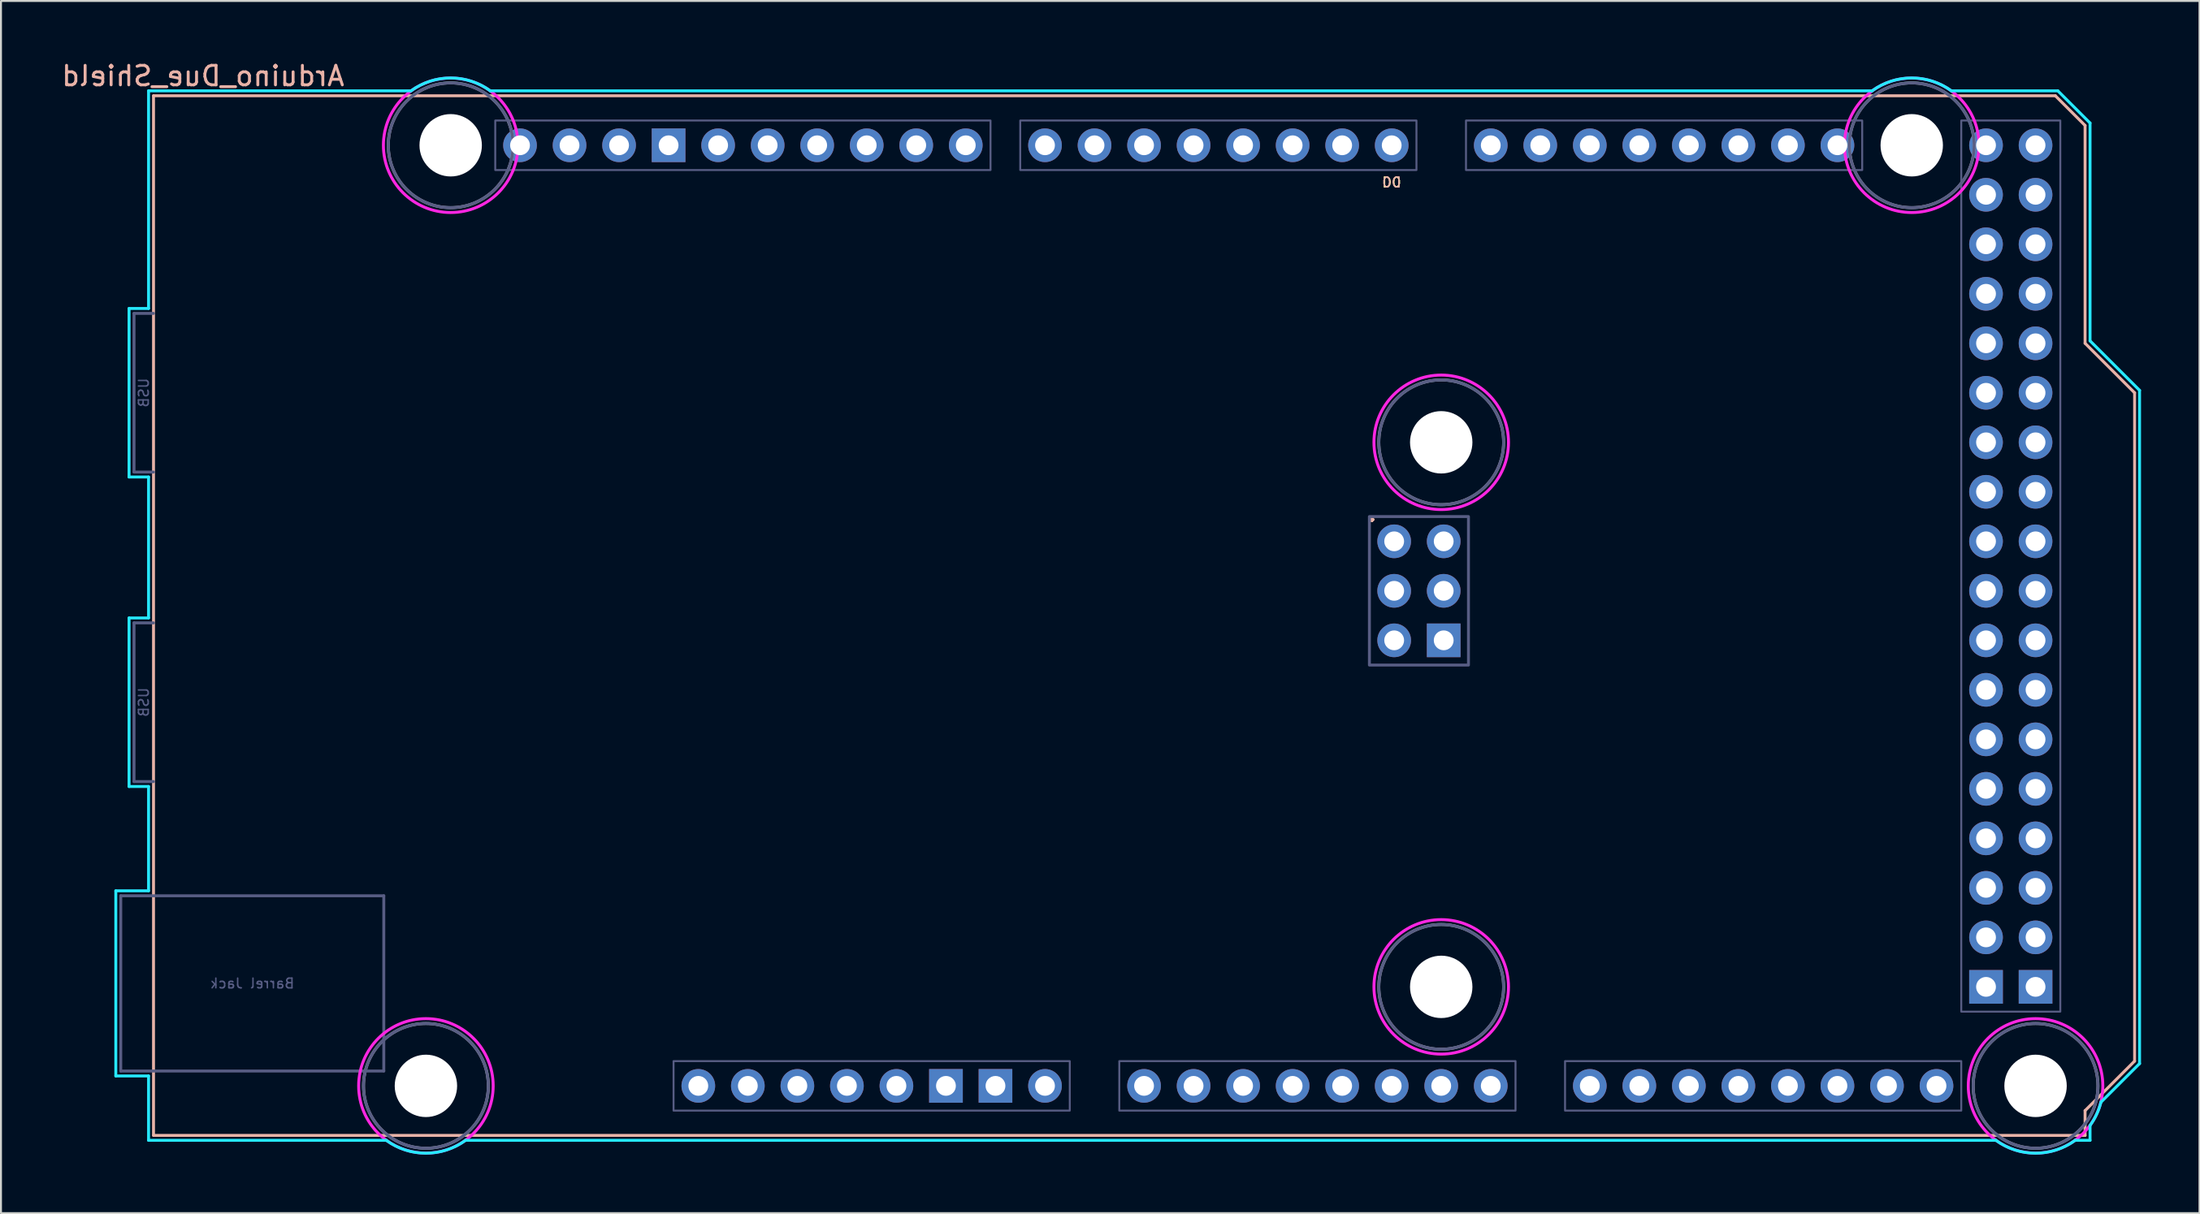
<source format=kicad_pcb>
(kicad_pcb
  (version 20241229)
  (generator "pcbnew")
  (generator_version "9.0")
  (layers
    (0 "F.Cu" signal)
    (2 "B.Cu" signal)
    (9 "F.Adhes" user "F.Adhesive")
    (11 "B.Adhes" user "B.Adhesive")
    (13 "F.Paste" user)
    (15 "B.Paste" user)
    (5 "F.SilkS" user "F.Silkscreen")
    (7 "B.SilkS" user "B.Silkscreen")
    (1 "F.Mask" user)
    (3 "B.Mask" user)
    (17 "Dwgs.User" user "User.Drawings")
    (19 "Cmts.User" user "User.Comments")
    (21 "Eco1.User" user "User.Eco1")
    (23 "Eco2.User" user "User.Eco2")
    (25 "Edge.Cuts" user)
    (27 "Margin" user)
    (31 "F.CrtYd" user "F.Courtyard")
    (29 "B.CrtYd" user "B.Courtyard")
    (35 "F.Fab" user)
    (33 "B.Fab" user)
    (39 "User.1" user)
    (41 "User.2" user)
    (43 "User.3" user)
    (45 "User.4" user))
  (footprint "Arduino_Due_Shield"
    (layer "F.Cu")
    (at 4.823 55.204)
    (property "Reference" "Arduino_Due_Shield" (at 2.54 -54.356 0) (layer "B.SilkS") (effects (font (size 1 1) (thickness 0.15)) (justify mirror)))
    (attr through_hole)
    (fp_line (start 0 -53.34) (end 0 0) (stroke (width 0.15) (type solid)) (layer "B.SilkS"))
    (fp_line (start 0 -53.34) (end 97.536 -53.34) (stroke (width 0.15) (type solid)) (layer "B.SilkS"))
    (fp_line (start 0 0) (end 99.06 0) (stroke (width 0.15) (type solid)) (layer "B.SilkS"))
    (fp_line (start 97.536 -53.34) (end 99.06 -51.816) (stroke (width 0.15) (type solid)) (layer "B.SilkS"))
    (fp_line (start 99.06 -40.64) (end 99.06 -51.816) (stroke (width 0.15) (type solid)) (layer "B.SilkS"))
    (fp_line (start 99.06 -1.27) (end 101.6 -3.81) (stroke (width 0.15) (type solid)) (layer "B.SilkS"))
    (fp_line (start 99.06 0) (end 99.06 -1.27) (stroke (width 0.15) (type solid)) (layer "B.SilkS"))
    (fp_line (start 101.6 -38.1) (end 99.06 -40.64) (stroke (width 0.15) (type solid)) (layer "B.SilkS"))
    (fp_line (start 101.6 -3.81) (end 101.6 -38.1) (stroke (width 0.15) (type solid)) (layer "B.SilkS"))
    (fp_line (start -1.934 -12.548) (end -1.934 -3.049) (stroke (width 0.15) (type solid)) (layer "B.CrtYd"))
    (fp_line (start -1.934 -12.548) (end -0.254 -12.548) (stroke (width 0.15) (type solid)) (layer "B.CrtYd"))
    (fp_line (start -1.934 -3.049) (end -0.254 -3.049) (stroke (width 0.15) (type solid)) (layer "B.CrtYd"))
    (fp_line (start -1.254 -42.428) (end -0.254 -42.428) (stroke (width 0.15) (type solid)) (layer "B.CrtYd"))
    (fp_line (start -1.254 -33.78) (end -1.254 -42.428) (stroke (width 0.15) (type solid)) (layer "B.CrtYd"))
    (fp_line (start -1.254 -33.78) (end -0.254 -33.78) (stroke (width 0.15) (type solid)) (layer "B.CrtYd"))
    (fp_line (start -1.254 -26.548) (end -0.254 -26.548) (stroke (width 0.15) (type solid)) (layer "B.CrtYd"))
    (fp_line (start -1.254 -17.9) (end -1.254 -26.548) (stroke (width 0.15) (type solid)) (layer "B.CrtYd"))
    (fp_line (start -1.254 -17.9) (end -0.254 -17.9) (stroke (width 0.15) (type solid)) (layer "B.CrtYd"))
    (fp_line (start -0.254 -53.594) (end -0.254 -42.428) (stroke (width 0.15) (type solid)) (layer "B.CrtYd"))
    (fp_line (start -0.254 -33.78) (end -0.254 -26.548) (stroke (width 0.15) (type solid)) (layer "B.CrtYd"))
    (fp_line (start -0.254 -17.9) (end -0.254 -12.548) (stroke (width 0.15) (type solid)) (layer "B.CrtYd"))
    (fp_line (start -0.254 -3.049) (end -0.254 0.254) (stroke (width 0.15) (type solid)) (layer "B.CrtYd"))
    (fp_line (start 11.938 0.254) (end -0.254 0.254) (stroke (width 0.15) (type solid)) (layer "B.CrtYd"))
    (fp_line (start 13.208 -53.594) (end -0.254 -53.594) (stroke (width 0.15) (type solid)) (layer "B.CrtYd"))
    (fp_line (start 16.002 0.254) (end 94.488 0.254) (stroke (width 0.15) (type solid)) (layer "B.CrtYd"))
    (fp_line (start 17.272 -53.594) (end 88.138 -53.594) (stroke (width 0.15) (type solid)) (layer "B.CrtYd"))
    (fp_line (start 97.663 -53.594) (end 92.202 -53.594) (stroke (width 0.15) (type solid)) (layer "B.CrtYd"))
    (fp_line (start 97.663 -53.594) (end 99.314 -51.943) (stroke (width 0.15) (type solid)) (layer "B.CrtYd"))
    (fp_line (start 99.314 -40.767) (end 99.314 -51.943) (stroke (width 0.15) (type solid)) (layer "B.CrtYd"))
    (fp_line (start 99.314 0.254) (end 98.552 0.254) (stroke (width 0.15) (type solid)) (layer "B.CrtYd"))
    (fp_line (start 99.314 0.254) (end 99.314 -0.508) (stroke (width 0.15) (type solid)) (layer "B.CrtYd"))
    (fp_line (start 99.873 -1.702) (end 101.854 -3.683) (stroke (width 0.15) (type solid)) (layer "B.CrtYd"))
    (fp_line (start 101.854 -38.227) (end 99.314 -40.767) (stroke (width 0.15) (type solid)) (layer "B.CrtYd"))
    (fp_line (start 101.854 -3.683) (end 101.854 -38.227) (stroke (width 0.15) (type solid)) (layer "B.CrtYd"))
    (fp_arc (start 13.208 -53.594) (mid 15.24 -54.254237) (end 17.272 -53.594) (stroke (width 0.15) (type solid)) (layer "B.CrtYd"))
    (fp_arc (start 16.002 0.254) (mid 13.97 0.914237) (end 11.938 0.254) (stroke (width 0.15) (type solid)) (layer "B.CrtYd"))
    (fp_arc (start 88.138 -53.594) (mid 90.17 -54.254237) (end 92.202 -53.594) (stroke (width 0.15) (type solid)) (layer "B.CrtYd"))
    (fp_arc (start 98.552 0.254) (mid 96.52 0.914237) (end 94.488 0.254) (stroke (width 0.15) (type solid)) (layer "B.CrtYd"))
    (fp_arc (start 99.8728 -1.7018) (mid 99.650917 -1.077977) (end 99.314 -0.508) (stroke (width 0.15) (type solid)) (layer "B.CrtYd"))
    (fp_circle (center 13.97 -2.54) (end 17.42 -2.54) (stroke (width 0.15) (type solid)) (fill no) (layer "F.CrtYd"))
    (fp_circle (center 15.24 -50.8) (end 18.69 -50.8) (stroke (width 0.15) (type solid)) (fill no) (layer "F.CrtYd"))
    (fp_circle (center 66.04 -35.56) (end 69.49 -35.56) (stroke (width 0.15) (type solid)) (fill no) (layer "F.CrtYd"))
    (fp_circle (center 66.04 -7.62) (end 69.49 -7.62) (stroke (width 0.15) (type solid)) (fill no) (layer "F.CrtYd"))
    (fp_circle (center 90.17 -50.8) (end 93.62 -50.8) (stroke (width 0.15) (type solid)) (fill no) (layer "F.CrtYd"))
    (fp_circle (center 96.52 -2.54) (end 99.97 -2.54) (stroke (width 0.15) (type solid)) (fill no) (layer "F.CrtYd"))
    (fp_line (start -1.68 -12.294) (end -1.68 -3.303) (stroke (width 0.15) (type solid)) (layer "B.Fab"))
    (fp_line (start -1.68 -12.294) (end 11.81 -12.294) (stroke (width 0.15) (type solid)) (layer "B.Fab"))
    (fp_line (start -1.68 -3.303) (end 11.81 -3.303) (stroke (width 0.15) (type solid)) (layer "B.Fab"))
    (fp_line (start -1 -42.174) (end 0 -42.174) (stroke (width 0.15) (type solid)) (layer "B.Fab"))
    (fp_line (start -1 -34.034) (end -1 -42.174) (stroke (width 0.15) (type solid)) (layer "B.Fab"))
    (fp_line (start -1 -26.294) (end 0 -26.294) (stroke (width 0.15) (type solid)) (layer "B.Fab"))
    (fp_line (start -1 -18.154) (end -1 -26.294) (stroke (width 0.15) (type solid)) (layer "B.Fab"))
    (fp_line (start 0 -34.034) (end -1 -34.034) (stroke (width 0.15) (type solid)) (layer "B.Fab"))
    (fp_line (start 0 -18.154) (end -1 -18.154) (stroke (width 0.15) (type solid)) (layer "B.Fab"))
    (fp_line (start 11.81 -12.294) (end 11.81 -3.303) (stroke (width 0.15) (type solid)) (layer "B.Fab"))
    (fp_rect (start 17.526 -52.07) (end 42.926 -49.53) (stroke (width 0.1) (type solid)) (fill no) (layer "B.Fab"))
    (fp_rect (start 26.67 -3.81) (end 46.99 -1.27) (stroke (width 0.1) (type solid)) (fill no) (layer "B.Fab"))
    (fp_rect (start 44.45 -52.07) (end 64.77 -49.53) (stroke (width 0.1) (type solid)) (fill no) (layer "B.Fab"))
    (fp_rect (start 49.53 -3.81) (end 69.85 -1.27) (stroke (width 0.1) (type solid)) (fill no) (layer "B.Fab"))
    (fp_rect (start 62.357 -31.75) (end 67.437 -24.13) (stroke (width 0.15) (type solid)) (fill no) (layer "B.Fab"))
    (fp_rect (start 67.31 -52.07) (end 87.63 -49.53) (stroke (width 0.1) (type solid)) (fill no) (layer "B.Fab"))
    (fp_rect (start 72.39 -3.81) (end 92.71 -1.27) (stroke (width 0.1) (type solid)) (fill no) (layer "B.Fab"))
    (fp_rect (start 92.71 -52.07) (end 97.79 -6.35) (stroke (width 0.1) (type solid)) (fill no) (layer "B.Fab"))
    (fp_circle (center 13.97 -2.54) (end 17.17 -2.54) (stroke (width 0.15) (type solid)) (fill no) (layer "B.Fab"))
    (fp_circle (center 15.24 -50.8) (end 18.44 -50.8) (stroke (width 0.15) (type solid)) (fill no) (layer "B.Fab"))
    (fp_circle (center 66.04 -35.56) (end 69.24 -35.56) (stroke (width 0.15) (type solid)) (fill no) (layer "B.Fab"))
    (fp_circle (center 66.04 -7.62) (end 69.24 -7.62) (stroke (width 0.15) (type solid)) (fill no) (layer "B.Fab"))
    (fp_circle (center 90.17 -50.8) (end 93.37 -50.8) (stroke (width 0.15) (type solid)) (fill no) (layer "B.Fab"))
    (fp_circle (center 96.52 -2.54) (end 99.72 -2.54) (stroke (width 0.15) (type solid)) (fill no) (layer "B.Fab"))
    (fp_circle (center 13.97 -2.54) (end 17.17 -2.54) (stroke (width 0.15) (type solid)) (fill no) (layer "F.Fab"))
    (fp_circle (center 15.24 -50.8) (end 18.44 -50.8) (stroke (width 0.15) (type solid)) (fill no) (layer "F.Fab"))
    (fp_circle (center 66.04 -35.56) (end 69.24 -35.56) (stroke (width 0.15) (type solid)) (fill no) (layer "F.Fab"))
    (fp_circle (center 66.04 -7.62) (end 69.24 -7.62) (stroke (width 0.15) (type solid)) (fill no) (layer "F.Fab"))
    (fp_circle (center 90.17 -50.8) (end 93.37 -50.8) (stroke (width 0.15) (type solid)) (fill no) (layer "F.Fab"))
    (fp_circle (center 96.52 -2.54) (end 99.72 -2.54) (stroke (width 0.15) (type solid)) (fill no) (layer "F.Fab"))
    (fp_text user "." (at 62.484 -32.004 0) (layer "F.SilkS") (effects (font (size 1 1) (thickness 0.15))))
    (fp_text user "D0" (at 63.5 -48.895 0) (unlocked yes) (layer "F.SilkS") (effects (font (size 0.5 0.5) (thickness 0.075))))
    (fp_text user "." (at 62.484 -32.004 0) (layer "B.SilkS") (effects (font (size 1 1) (thickness 0.15))))
    (fp_text user "D0" (at 63.5 -48.895 0) (unlocked yes) (layer "B.SilkS") (effects (font (size 0.5 0.5) (thickness 0.075)) (justify mirror)))
    (fp_text user "Barrel Jack" (at 5.065 -7.798 0) (layer "B.Fab") (effects (font (size 0.5 0.5) (thickness 0.075)) (justify mirror)))
    (fp_text user "USB" (at -0.5 -22.224 270) (layer "B.Fab") (effects (font (size 0.5 0.5) (thickness 0.075)) (justify mirror)))
    (fp_text user "USB" (at -0.5 -38.104 270) (layer "B.Fab") (effects (font (size 0.5 0.5) (thickness 0.075)) (justify mirror)))
    (pad "" np_thru_hole circle (at 13.97 -2.54) (size 3.2 3.2) (drill 3.2) (layers "*.Cu" "*.Mask"))
    (pad "" np_thru_hole circle (at 15.24 -50.8) (size 3.2 3.2) (drill 3.2) (layers "*.Cu" "*.Mask"))
    (pad "" thru_hole oval (at 27.94 -2.54) (size 1.727 1.727) (drill 1.016) (layers "*.Cu" "*.Mask"))
    (pad "" np_thru_hole circle (at 66.04 -35.56) (size 3.2 3.2) (drill 3.2) (layers "*.Cu" "*.Mask"))
    (pad "" np_thru_hole circle (at 66.04 -7.62) (size 3.2 3.2) (drill 3.2) (layers "*.Cu" "*.Mask"))
    (pad "" np_thru_hole circle (at 90.17 -50.8) (size 3.2 3.2) (drill 3.2) (layers "*.Cu" "*.Mask"))
    (pad "" np_thru_hole circle (at 96.52 -2.54) (size 3.2 3.2) (drill 3.2) (layers "*.Cu" "*.Mask"))
    (pad "3V3" thru_hole oval (at 35.56 -2.54) (size 1.727 1.727) (drill 1.016) (layers "*.Cu" "*.Mask"))
    (pad "5V1" thru_hole oval (at 38.1 -2.54) (size 1.727 1.727) (drill 1.016) (layers "*.Cu" "*.Mask"))
    (pad "5V2" thru_hole oval (at 66.167 -30.48) (size 1.727 1.727) (drill 1.016) (layers "*.Cu" "*.Mask"))
    (pad "5V3" thru_hole oval (at 93.98 -50.8) (size 1.727 1.727) (drill 1.016) (layers "*.Cu" "*.Mask"))
    (pad "5V4" thru_hole oval (at 96.52 -50.8) (size 1.727 1.727) (drill 1.016) (layers "*.Cu" "*.Mask"))
    (pad "A0" thru_hole oval (at 50.8 -2.54) (size 1.727 1.727) (drill 1.016) (layers "*.Cu" "*.Mask"))
    (pad "A1" thru_hole oval (at 53.34 -2.54) (size 1.727 1.727) (drill 1.016) (layers "*.Cu" "*.Mask"))
    (pad "A2" thru_hole oval (at 55.88 -2.54) (size 1.727 1.727) (drill 1.016) (layers "*.Cu" "*.Mask"))
    (pad "A3" thru_hole oval (at 58.42 -2.54) (size 1.727 1.727) (drill 1.016) (layers "*.Cu" "*.Mask"))
    (pad "A4" thru_hole oval (at 60.96 -2.54) (size 1.727 1.727) (drill 1.016) (layers "*.Cu" "*.Mask"))
    (pad "A5" thru_hole oval (at 63.5 -2.54) (size 1.727 1.727) (drill 1.016) (layers "*.Cu" "*.Mask"))
    (pad "A6" thru_hole oval (at 66.04 -2.54) (size 1.727 1.727) (drill 1.016) (layers "*.Cu" "*.Mask"))
    (pad "A7" thru_hole oval (at 68.58 -2.54) (size 1.727 1.727) (drill 1.016) (layers "*.Cu" "*.Mask"))
    (pad "A8" thru_hole oval (at 73.66 -2.54) (size 1.727 1.727) (drill 1.016) (layers "*.Cu" "*.Mask"))
    (pad "A9" thru_hole oval (at 76.2 -2.54) (size 1.727 1.727) (drill 1.016) (layers "*.Cu" "*.Mask"))
    (pad "A10" thru_hole oval (at 78.74 -2.54) (size 1.727 1.727) (drill 1.016) (layers "*.Cu" "*.Mask"))
    (pad "A11" thru_hole oval (at 81.28 -2.54) (size 1.727 1.727) (drill 1.016) (layers "*.Cu" "*.Mask"))
    (pad "AREF" thru_hole oval (at 23.876 -50.8) (size 1.727 1.727) (drill 1.016) (layers "*.Cu" "*.Mask"))
    (pad "CANR" thru_hole oval (at 88.9 -2.54) (size 1.727 1.727) (drill 1.016) (layers "*.Cu" "*.Mask"))
    (pad "CANT" thru_hole oval (at 91.44 -2.54) (size 1.727 1.727) (drill 1.016) (layers "*.Cu" "*.Mask"))
    (pad "D0" thru_hole oval (at 63.5 -50.8) (size 1.727 1.727) (drill 1.016) (layers "*.Cu" "*.Mask"))
    (pad "D1" thru_hole oval (at 60.96 -50.8) (size 1.727 1.727) (drill 1.016) (layers "*.Cu" "*.Mask"))
    (pad "D2" thru_hole oval (at 58.42 -50.8) (size 1.727 1.727) (drill 1.016) (layers "*.Cu" "*.Mask"))
    (pad "D3" thru_hole oval (at 55.88 -50.8) (size 1.727 1.727) (drill 1.016) (layers "*.Cu" "*.Mask"))
    (pad "D4" thru_hole oval (at 53.34 -50.8) (size 1.727 1.727) (drill 1.016) (layers "*.Cu" "*.Mask"))
    (pad "D5" thru_hole oval (at 50.8 -50.8) (size 1.727 1.727) (drill 1.016) (layers "*.Cu" "*.Mask"))
    (pad "D6" thru_hole oval (at 48.26 -50.8) (size 1.727 1.727) (drill 1.016) (layers "*.Cu" "*.Mask"))
    (pad "D7" thru_hole oval (at 45.72 -50.8) (size 1.727 1.727) (drill 1.016) (layers "*.Cu" "*.Mask"))
    (pad "D8" thru_hole oval (at 41.656 -50.8) (size 1.727 1.727) (drill 1.016) (layers "*.Cu" "*.Mask"))
    (pad "D9" thru_hole oval (at 39.116 -50.8) (size 1.727 1.727) (drill 1.016) (layers "*.Cu" "*.Mask"))
    (pad "D10" thru_hole oval (at 36.576 -50.8) (size 1.727 1.727) (drill 1.016) (layers "*.Cu" "*.Mask"))
    (pad "D11" thru_hole oval (at 34.036 -50.8) (size 1.727 1.727) (drill 1.016) (layers "*.Cu" "*.Mask"))
    (pad "D12" thru_hole oval (at 31.496 -50.8) (size 1.727 1.727) (drill 1.016) (layers "*.Cu" "*.Mask"))
    (pad "D13" thru_hole oval (at 28.956 -50.8) (size 1.727 1.727) (drill 1.016) (layers "*.Cu" "*.Mask"))
    (pad "D14" thru_hole oval (at 68.58 -50.8) (size 1.727 1.727) (drill 1.016) (layers "*.Cu" "*.Mask"))
    (pad "D15" thru_hole oval (at 71.12 -50.8) (size 1.727 1.727) (drill 1.016) (layers "*.Cu" "*.Mask"))
    (pad "D16" thru_hole oval (at 73.66 -50.8) (size 1.727 1.727) (drill 1.016) (layers "*.Cu" "*.Mask"))
    (pad "D17" thru_hole oval (at 76.2 -50.8) (size 1.727 1.727) (drill 1.016) (layers "*.Cu" "*.Mask"))
    (pad "D18" thru_hole oval (at 78.74 -50.8) (size 1.727 1.727) (drill 1.016) (layers "*.Cu" "*.Mask"))
    (pad "D19" thru_hole oval (at 81.28 -50.8) (size 1.727 1.727) (drill 1.016) (layers "*.Cu" "*.Mask"))
    (pad "D20" thru_hole oval (at 83.82 -50.8) (size 1.727 1.727) (drill 1.016) (layers "*.Cu" "*.Mask"))
    (pad "D21" thru_hole oval (at 86.36 -50.8) (size 1.727 1.727) (drill 1.016) (layers "*.Cu" "*.Mask"))
    (pad "D22" thru_hole oval (at 93.98 -48.26) (size 1.727 1.727) (drill 1.016) (layers "*.Cu" "*.Mask"))
    (pad "D23" thru_hole oval (at 96.52 -48.26) (size 1.727 1.727) (drill 1.016) (layers "*.Cu" "*.Mask"))
    (pad "D24" thru_hole oval (at 93.98 -45.72) (size 1.727 1.727) (drill 1.016) (layers "*.Cu" "*.Mask"))
    (pad "D25" thru_hole oval (at 96.52 -45.72) (size 1.727 1.727) (drill 1.016) (layers "*.Cu" "*.Mask"))
    (pad "D26" thru_hole oval (at 93.98 -43.18) (size 1.727 1.727) (drill 1.016) (layers "*.Cu" "*.Mask"))
    (pad "D27" thru_hole oval (at 96.52 -43.18) (size 1.727 1.727) (drill 1.016) (layers "*.Cu" "*.Mask"))
    (pad "D28" thru_hole oval (at 93.98 -40.64) (size 1.727 1.727) (drill 1.016) (layers "*.Cu" "*.Mask"))
    (pad "D29" thru_hole oval (at 96.52 -40.64) (size 1.727 1.727) (drill 1.016) (layers "*.Cu" "*.Mask"))
    (pad "D30" thru_hole oval (at 93.98 -38.1) (size 1.727 1.727) (drill 1.016) (layers "*.Cu" "*.Mask"))
    (pad "D31" thru_hole oval (at 96.52 -38.1) (size 1.727 1.727) (drill 1.016) (layers "*.Cu" "*.Mask"))
    (pad "D32" thru_hole oval (at 93.98 -35.56) (size 1.727 1.727) (drill 1.016) (layers "*.Cu" "*.Mask"))
    (pad "D33" thru_hole oval (at 96.52 -35.56) (size 1.727 1.727) (drill 1.016) (layers "*.Cu" "*.Mask"))
    (pad "D34" thru_hole oval (at 93.98 -33.02) (size 1.727 1.727) (drill 1.016) (layers "*.Cu" "*.Mask"))
    (pad "D35" thru_hole oval (at 96.52 -33.02) (size 1.727 1.727) (drill 1.016) (layers "*.Cu" "*.Mask"))
    (pad "D36" thru_hole oval (at 93.98 -30.48) (size 1.727 1.727) (drill 1.016) (layers "*.Cu" "*.Mask"))
    (pad "D37" thru_hole oval (at 96.52 -30.48) (size 1.727 1.727) (drill 1.016) (layers "*.Cu" "*.Mask"))
    (pad "D38" thru_hole oval (at 93.98 -27.94) (size 1.727 1.727) (drill 1.016) (layers "*.Cu" "*.Mask"))
    (pad "D39" thru_hole oval (at 96.52 -27.94) (size 1.727 1.727) (drill 1.016) (layers "*.Cu" "*.Mask"))
    (pad "D40" thru_hole oval (at 93.98 -25.4) (size 1.727 1.727) (drill 1.016) (layers "*.Cu" "*.Mask"))
    (pad "D41" thru_hole oval (at 96.52 -25.4) (size 1.727 1.727) (drill 1.016) (layers "*.Cu" "*.Mask"))
    (pad "D42" thru_hole oval (at 93.98 -22.86) (size 1.727 1.727) (drill 1.016) (layers "*.Cu" "*.Mask"))
    (pad "D43" thru_hole oval (at 96.52 -22.86) (size 1.727 1.727) (drill 1.016) (layers "*.Cu" "*.Mask"))
    (pad "D44" thru_hole oval (at 93.98 -20.32) (size 1.727 1.727) (drill 1.016) (layers "*.Cu" "*.Mask"))
    (pad "D45" thru_hole oval (at 96.52 -20.32) (size 1.727 1.727) (drill 1.016) (layers "*.Cu" "*.Mask"))
    (pad "D46" thru_hole oval (at 93.98 -17.78) (size 1.727 1.727) (drill 1.016) (layers "*.Cu" "*.Mask"))
    (pad "D47" thru_hole oval (at 96.52 -17.78) (size 1.727 1.727) (drill 1.016) (layers "*.Cu" "*.Mask"))
    (pad "D48" thru_hole oval (at 93.98 -15.24) (size 1.727 1.727) (drill 1.016) (layers "*.Cu" "*.Mask"))
    (pad "D49" thru_hole oval (at 96.52 -15.24) (size 1.727 1.727) (drill 1.016) (layers "*.Cu" "*.Mask"))
    (pad "D50" thru_hole oval (at 93.98 -12.7) (size 1.727 1.727) (drill 1.016) (layers "*.Cu" "*.Mask"))
    (pad "D51" thru_hole oval (at 96.52 -12.7) (size 1.727 1.727) (drill 1.016) (layers "*.Cu" "*.Mask"))
    (pad "D52" thru_hole oval (at 93.98 -10.16) (size 1.727 1.727) (drill 1.016) (layers "*.Cu" "*.Mask"))
    (pad "D53" thru_hole oval (at 96.52 -10.16) (size 1.727 1.727) (drill 1.016) (layers "*.Cu" "*.Mask"))
    (pad "DAC0" thru_hole oval (at 83.82 -2.54) (size 1.727 1.727) (drill 1.016) (layers "*.Cu" "*.Mask"))
    (pad "DAC1" thru_hole oval (at 86.36 -2.54) (size 1.727 1.727) (drill 1.016) (layers "*.Cu" "*.Mask"))
    (pad "GND1" thru_hole rect (at 26.416 -50.8) (size 1.727 1.727) (drill 1.016) (layers "*.Cu" "*.Mask"))
    (pad "GND2" thru_hole rect (at 40.64 -2.54) (size 1.727 1.727) (drill 1.016) (layers "*.Cu" "*.Mask"))
    (pad "GND3" thru_hole rect (at 43.18 -2.54) (size 1.727 1.727) (drill 1.016) (layers "*.Cu" "*.Mask"))
    (pad "GND4" thru_hole rect (at 66.167 -25.4) (size 1.727 1.727) (drill 1.016) (layers "*.Cu" "*.Mask"))
    (pad "GND5" thru_hole rect (at 93.98 -7.62) (size 1.727 1.727) (drill 1.016) (layers "*.Cu" "*.Mask"))
    (pad "GND6" thru_hole rect (at 96.52 -7.62) (size 1.727 1.727) (drill 1.016) (layers "*.Cu" "*.Mask"))
    (pad "IORF" thru_hole oval (at 30.48 -2.54) (size 1.727 1.727) (drill 1.016) (layers "*.Cu" "*.Mask"))
    (pad "MISO" thru_hole oval (at 63.627 -30.48) (size 1.727 1.727) (drill 1.016) (layers "*.Cu" "*.Mask"))
    (pad "MOSI" thru_hole oval (at 66.167 -27.94) (size 1.727 1.727) (drill 1.016) (layers "*.Cu" "*.Mask"))
    (pad "RST1" thru_hole oval (at 33.02 -2.54) (size 1.727 1.727) (drill 1.016) (layers "*.Cu" "*.Mask"))
    (pad "RST2" thru_hole oval (at 63.627 -25.4) (size 1.727 1.727) (drill 1.016) (layers "*.Cu" "*.Mask"))
    (pad "SCK" thru_hole oval (at 63.627 -27.94) (size 1.727 1.727) (drill 1.016) (layers "*.Cu" "*.Mask"))
    (pad "SCL1" thru_hole oval (at 18.796 -50.8) (size 1.727 1.727) (drill 1.016) (layers "*.Cu" "*.Mask"))
    (pad "SDA1" thru_hole oval (at 21.336 -50.8) (size 1.727 1.727) (drill 1.016) (layers "*.Cu" "*.Mask"))
    (pad "VIN" thru_hole oval (at 45.72 -2.54) (size 1.727 1.727) (drill 1.016) (layers "*.Cu" "*.Mask")))
  (gr_rect
    (start -3 -3)
    (end 109.752 59.193)
    (stroke (width 0.1) (type default))
    (fill no)
    (layer "Edge.Cuts")))
</source>
